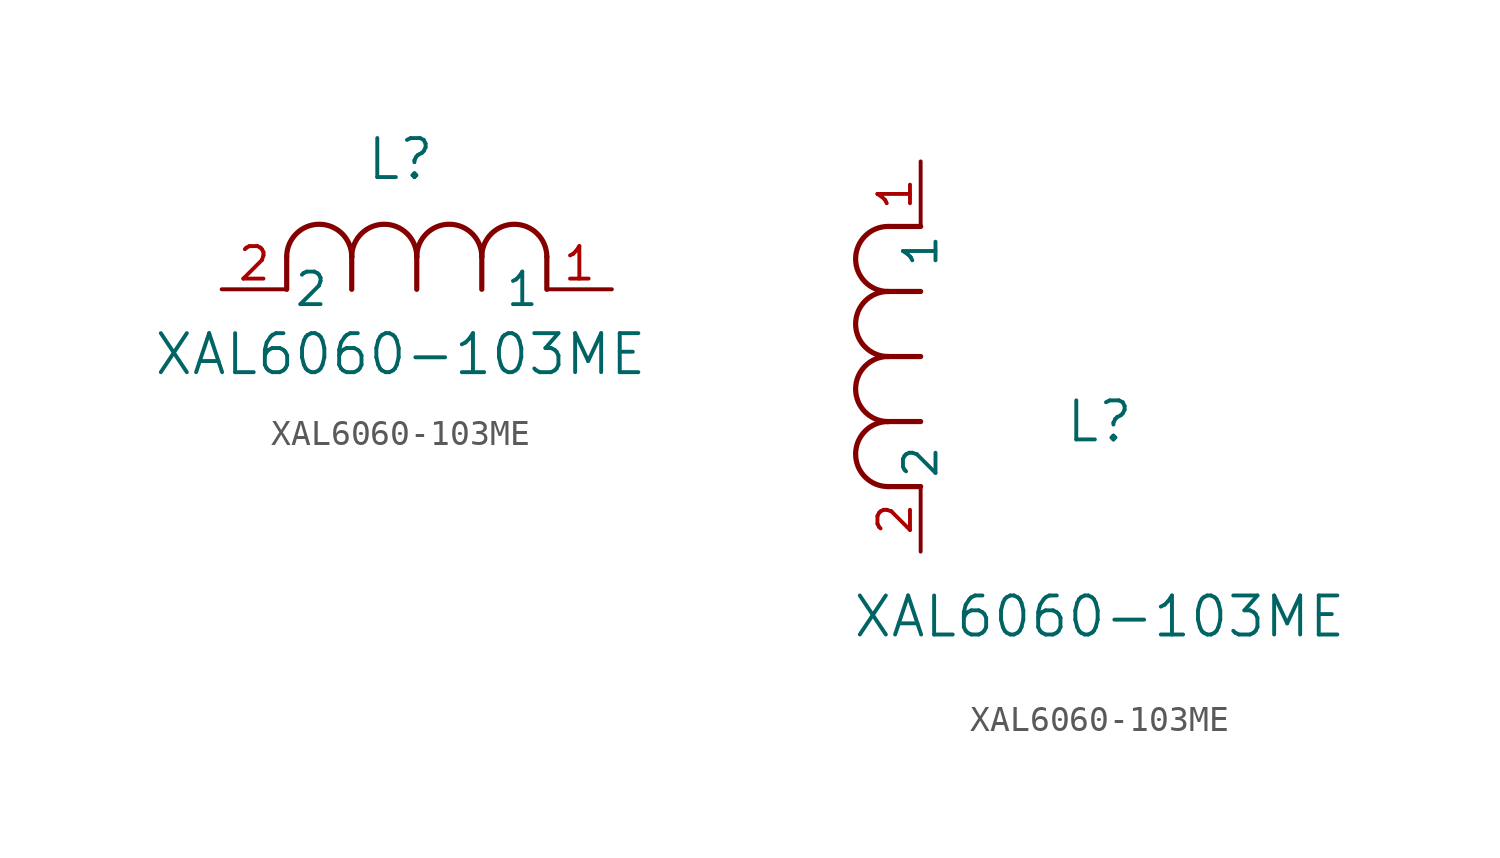
<source format=kicad_sym>
(kicad_symbol_lib
  (version 20211014)
  (generator kicad_symbol_editor)
  (symbol "XAL6060-103ME"
    (pin_names
      (offset 0.254))
    (property "Reference" "L"
      (at 6.985 5.08 0)
      (effects (font (size 1.524 1.524))))
    (property "Value" "XAL6060-103ME"
      (at 6.985 -2.54 0)
      (effects (font (size 1.524 1.524))))
    (symbol "XAL6060-103ME_1_1"
      (arc (start 7.62 1.27) (mid 6.35 2.54) (end 5.08 1.27) (stroke (width 0.2032) (type default) (color 0 0 0 0)) (fill (type none)))
      (polyline (pts (xy 5.08 0) (xy 5.08 1.27)) (stroke (width 0.203) (type default) (color 0 0 0 0)) (fill (type none)))
      (polyline (pts (xy 7.62 0) (xy 7.62 1.27)) (stroke (width 0.203) (type default) (color 0 0 0 0)) (fill (type none)))
      (polyline (pts (xy 12.7 0) (xy 12.7 1.27)) (stroke (width 0.203) (type default) (color 0 0 0 0)) (fill (type none)))
      (arc (start 5.08 1.27) (mid 3.81 2.54) (end 2.54 1.27) (stroke (width 0.2032) (type default) (color 0 0 0 0)) (fill (type none)))
      (arc (start 10.16 1.27) (mid 8.89 2.54) (end 7.62 1.27) (stroke (width 0.2032) (type default) (color 0 0 0 0)) (fill (type none)))
      (arc (start 12.7 1.27) (mid 11.43 2.54) (end 10.16 1.27) (stroke (width 0.2032) (type default) (color 0 0 0 0)) (fill (type none)))
      (polyline (pts (xy 2.54 0) (xy 2.54 1.27)) (stroke (width 0.203) (type default) (color 0 0 0 0)) (fill (type none)))
      (polyline (pts (xy 10.16 0) (xy 10.16 1.27)) (stroke (width 0.203) (type default) (color 0 0 0 0)) (fill (type none)))
      (pin unspecified line (at 0 0 0) (length 2.54) (name "2" (effects (font (size 1.27 1.27)))) (number "2" (effects (font (size 1.27 1.27)))))
      (pin unspecified line (at 15.24 0 180) (length 2.54) (name "1" (effects (font (size 1.27 1.27)))) (number "1" (effects (font (size 1.27 1.27))))))
    (symbol "XAL6060-103ME_1_2"
      (arc (start -1.27 7.62) (mid -2.54 6.35) (end -1.27 5.08) (stroke (width 0.2032) (type default) (color 0 0 0 0)) (fill (type none)))
      (arc (start -1.27 5.08) (mid -2.54 3.81) (end -1.27 2.54) (stroke (width 0.2032) (type default) (color 0 0 0 0)) (fill (type none)))
      (arc (start -1.27 12.7) (mid -2.54 11.43) (end -1.27 10.16) (stroke (width 0.2032) (type default) (color 0 0 0 0)) (fill (type none)))
      (arc (start -1.27 10.16) (mid -2.54 8.89) (end -1.27 7.62) (stroke (width 0.2032) (type default) (color 0 0 0 0)) (fill (type none)))
      (polyline (pts (xy 0 7.62) (xy -1.27 7.62)) (stroke (width 0.203) (type default) (color 0 0 0 0)) (fill (type none)))
      (polyline (pts (xy 0 5.08) (xy -1.27 5.08)) (stroke (width 0.203) (type default) (color 0 0 0 0)) (fill (type none)))
      (polyline (pts (xy 0 12.7) (xy -1.27 12.7)) (stroke (width 0.203) (type default) (color 0 0 0 0)) (fill (type none)))
      (polyline (pts (xy 0 2.54) (xy -1.27 2.54)) (stroke (width 0.203) (type default) (color 0 0 0 0)) (fill (type none)))
      (polyline (pts (xy 0 10.16) (xy -1.27 10.16)) (stroke (width 0.203) (type default) (color 0 0 0 0)) (fill (type none)))
      (pin unspecified line (at 0 0 90) (length 2.54) (name "2" (effects (font (size 1.27 1.27)))) (number "2" (effects (font (size 1.27 1.27)))))
      (pin unspecified line (at 0 15.24 270) (length 2.54) (name "1" (effects (font (size 1.27 1.27)))) (number "1" (effects (font (size 1.27 1.27))))))))
</source>
